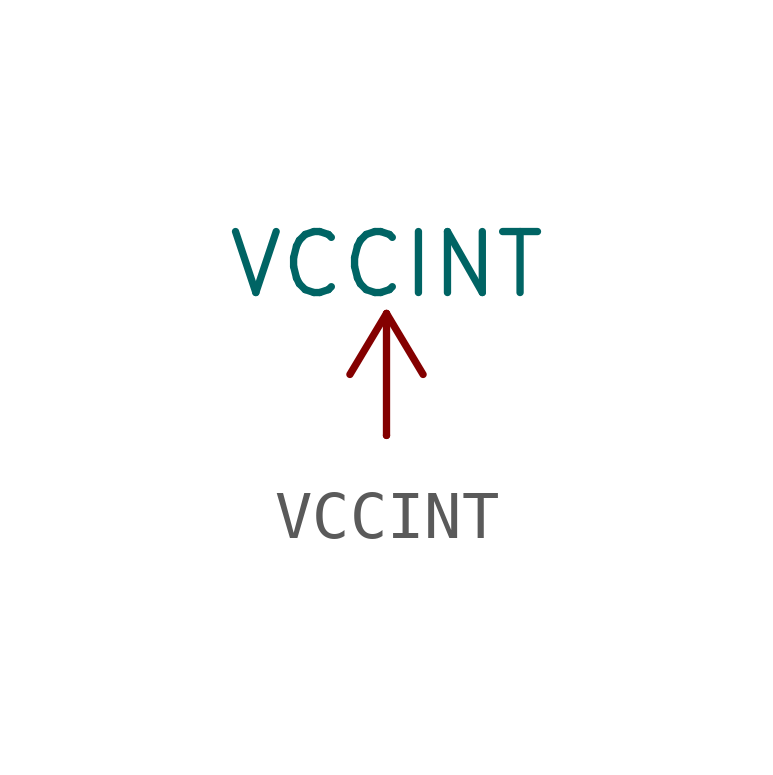
<source format=kicad_sym>
(kicad_symbol_lib
  (version 20241209)
  (generator "kicad_symbol_editor")
  (generator_version "9.0")
  (symbol "VCCINT"
    (power)
    (pin_numbers
      (hide yes))
    (pin_names
      (offset 0)
      (hide yes))
    (property "Reference" "#PWR"
      (at 0 -3.81 0)
      (effects (font (size 1.27 1.27)) (hide yes)))
    (property "Value" "VCCINT"
      (at 0 3.556 0)
      (effects (font (size 1.27 1.27))))
    (symbol "VCCINT_0_1"
      (polyline (pts (xy -0.762 1.27) (xy 0 2.54)) (stroke (width 0) (type default)) (fill (type none)))
      (polyline (pts (xy 0 2.54) (xy 0.762 1.27)) (stroke (width 0) (type default)) (fill (type none)))
      (polyline (pts (xy 0 0) (xy 0 2.54)) (stroke (width 0) (type default)) (fill (type none))))
    (symbol "VCCINT_1_1"
      (pin power_in line (at 0 0 90) (length 0) (name "~" (effects (font (size 1.27 1.27)))) (number "1" (effects (font (size 1.27 1.27))))))))
</source>
